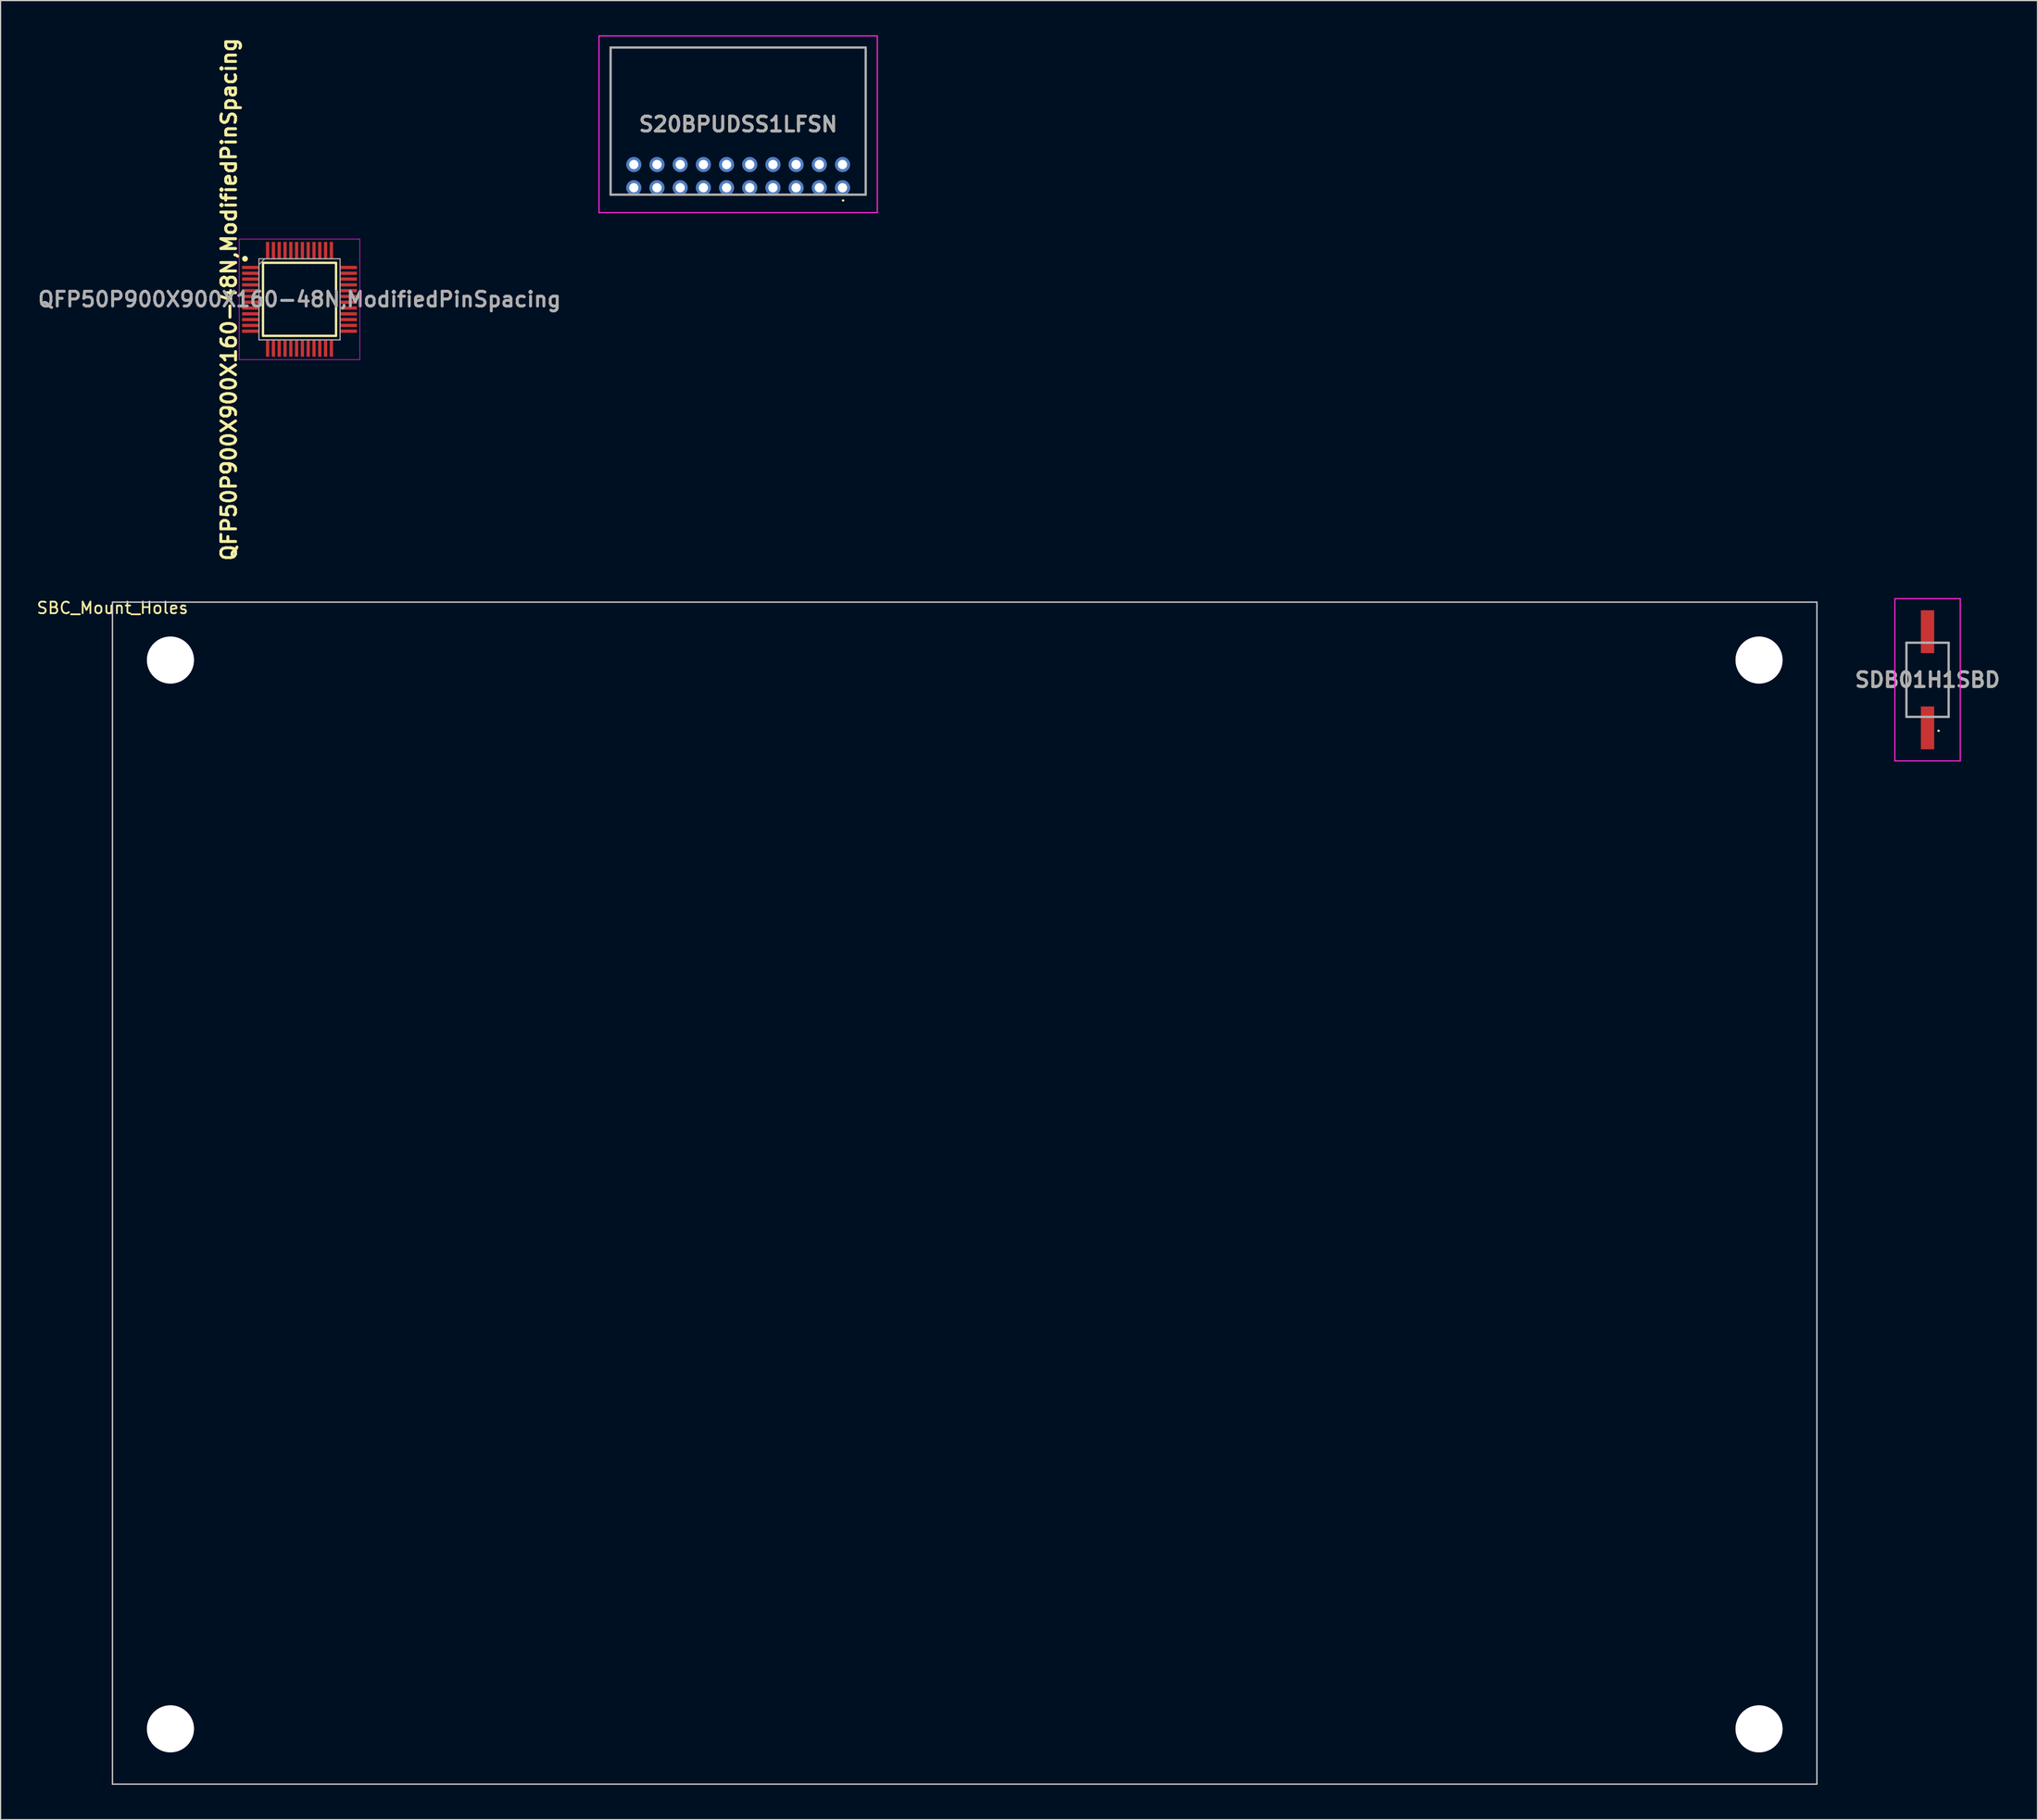
<source format=kicad_pcb>
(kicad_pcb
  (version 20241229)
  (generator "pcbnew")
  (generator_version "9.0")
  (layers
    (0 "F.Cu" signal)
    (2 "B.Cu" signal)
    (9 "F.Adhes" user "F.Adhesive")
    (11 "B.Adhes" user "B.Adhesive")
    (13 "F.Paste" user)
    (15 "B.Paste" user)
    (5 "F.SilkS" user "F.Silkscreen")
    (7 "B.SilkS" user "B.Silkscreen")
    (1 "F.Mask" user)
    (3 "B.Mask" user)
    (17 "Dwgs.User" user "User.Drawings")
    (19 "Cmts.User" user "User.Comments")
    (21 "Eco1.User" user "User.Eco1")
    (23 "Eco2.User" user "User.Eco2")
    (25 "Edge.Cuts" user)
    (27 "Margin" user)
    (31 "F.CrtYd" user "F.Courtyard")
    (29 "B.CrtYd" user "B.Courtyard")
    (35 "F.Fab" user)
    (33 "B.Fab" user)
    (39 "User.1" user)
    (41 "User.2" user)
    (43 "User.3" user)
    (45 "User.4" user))
  (footprint "SDB01H1SBD"
    (layer "F.Cu")
    (at 163.192 55.613)
    (property "Reference" "SDB01H1SBD" (at 0 0 0) (layer "F.SilkS") (effects (font (size 1.27 1.27) (thickness 0.254))))
    (attr smd)
    (fp_line (start -1.82 -3.2) (end -1.82 3.2) (stroke (width 0.1) (type solid)) (layer "F.SilkS"))
    (fp_line (start -1.82 3.2) (end -1 3.2) (stroke (width 0.1) (type solid)) (layer "F.SilkS"))
    (fp_line (start -1 -3.2) (end -1.82 -3.2) (stroke (width 0.1) (type solid)) (layer "F.SilkS"))
    (fp_line (start 0.9 4.4) (end 0.9 4.4) (stroke (width 0.1) (type solid)) (layer "F.SilkS"))
    (fp_line (start 1 -3.2) (end 1.82 -3.2) (stroke (width 0.1) (type solid)) (layer "F.SilkS"))
    (fp_line (start 1 4.4) (end 1 4.4) (stroke (width 0.1) (type solid)) (layer "F.SilkS"))
    (fp_line (start 1.82 -3.2) (end 1.82 3.2) (stroke (width 0.1) (type solid)) (layer "F.SilkS"))
    (fp_line (start 1.82 3.2) (end 1 3.2) (stroke (width 0.1) (type solid)) (layer "F.SilkS"))
    (fp_arc (start 0.9 4.4) (mid 0.95 4.35) (end 1 4.4) (stroke (width 0.1) (type solid)) (layer "F.SilkS"))
    (fp_arc (start 1 4.4) (mid 0.95 4.45) (end 0.9 4.4) (stroke (width 0.1) (type solid)) (layer "F.SilkS"))
    (fp_line (start -2.82 -7) (end 2.82 -7) (stroke (width 0.1) (type solid)) (layer "F.CrtYd"))
    (fp_line (start -2.82 7) (end -2.82 -7) (stroke (width 0.1) (type solid)) (layer "F.CrtYd"))
    (fp_line (start 2.82 -7) (end 2.82 7) (stroke (width 0.1) (type solid)) (layer "F.CrtYd"))
    (fp_line (start 2.82 7) (end -2.82 7) (stroke (width 0.1) (type solid)) (layer "F.CrtYd"))
    (fp_line (start -1.82 -3.2) (end 1.82 -3.2) (stroke (width 0.2) (type solid)) (layer "F.Fab"))
    (fp_line (start -1.82 3.2) (end -1.82 -3.2) (stroke (width 0.2) (type solid)) (layer "F.Fab"))
    (fp_line (start 1.82 -3.2) (end 1.82 3.2) (stroke (width 0.2) (type solid)) (layer "F.Fab"))
    (fp_line (start 1.82 3.2) (end -1.82 3.2) (stroke (width 0.2) (type solid)) (layer "F.Fab"))
    (fp_text user "${REFERENCE}" (at 0 0 0) (layer "F.Fab") (effects (font (size 1.27 1.27) (thickness 0.254))))
    (pad "1" smd rect (at 0 4.15) (size 1.15 3.7) (layers "F.Cu" "F.Mask" "F.Paste"))
    (pad "2" smd rect (at 0 -4.15) (size 1.15 3.7) (layers "F.Cu" "F.Mask" "F.Paste")))
  (footprint "QFP50P900X900X160-48N,ModifiedPinSpacing"
    (layer "F.Cu")
    (at 22.781 22.781)
    (property "Reference" "QFP50P900X900X160-48N,ModifiedPinSpacing" (at -6.09 0 270) (layer "F.SilkS") (effects (font (size 1.27 1.27) (thickness 0.254))))
    (attr smd)
    (fp_line (start -3.15 -3.15) (end 3.15 -3.15) (stroke (width 0.2) (type solid)) (layer "F.SilkS"))
    (fp_line (start -3.15 3.15) (end -3.15 -3.15) (stroke (width 0.2) (type solid)) (layer "F.SilkS"))
    (fp_line (start 3.15 -3.15) (end 3.15 3.15) (stroke (width 0.2) (type solid)) (layer "F.SilkS"))
    (fp_line (start 3.15 3.15) (end -3.15 3.15) (stroke (width 0.2) (type solid)) (layer "F.SilkS"))
    (fp_circle (center -4.7 -3.5) (end -4.7 -3.375) (stroke (width 0.25) (type solid)) (fill no) (layer "F.SilkS"))
    (fp_line (start -5.2 -5.2) (end 5.2 -5.2) (stroke (width 0.05) (type solid)) (layer "F.CrtYd"))
    (fp_line (start -5.2 5.2) (end -5.2 -5.2) (stroke (width 0.05) (type solid)) (layer "F.CrtYd"))
    (fp_line (start 5.2 -5.2) (end 5.2 5.2) (stroke (width 0.05) (type solid)) (layer "F.CrtYd"))
    (fp_line (start 5.2 5.2) (end -5.2 5.2) (stroke (width 0.05) (type solid)) (layer "F.CrtYd"))
    (fp_line (start -3.5 -3.5) (end 3.5 -3.5) (stroke (width 0.1) (type solid)) (layer "F.Fab"))
    (fp_line (start -3.5 -3) (end -3 -3.5) (stroke (width 0.1) (type solid)) (layer "F.Fab"))
    (fp_line (start -3.5 3.5) (end -3.5 -3.5) (stroke (width 0.1) (type solid)) (layer "F.Fab"))
    (fp_line (start 3.5 -3.5) (end 3.5 3.5) (stroke (width 0.1) (type solid)) (layer "F.Fab"))
    (fp_line (start 3.5 3.5) (end -3.5 3.5) (stroke (width 0.1) (type solid)) (layer "F.Fab"))
    (fp_text user "${REFERENCE}" (at 0 0 0) (layer "F.Fab") (effects (font (size 1.27 1.27) (thickness 0.254))))
    (pad "1" smd rect (at -4.225 -2.75 90) (size 0.28 1.45) (layers "F.Cu" "F.Mask" "F.Paste"))
    (pad "2" smd rect (at -4.225 -2.25 90) (size 0.28 1.45) (layers "F.Cu" "F.Mask" "F.Paste"))
    (pad "3" smd rect (at -4.225 -1.75 90) (size 0.28 1.45) (layers "F.Cu" "F.Mask" "F.Paste"))
    (pad "4" smd rect (at -4.225 -1.25 90) (size 0.28 1.45) (layers "F.Cu" "F.Mask" "F.Paste"))
    (pad "5" smd rect (at -4.225 -0.75 90) (size 0.28 1.45) (layers "F.Cu" "F.Mask" "F.Paste"))
    (pad "6" smd rect (at -4.225 -0.25 90) (size 0.28 1.45) (layers "F.Cu" "F.Mask" "F.Paste"))
    (pad "7" smd rect (at -4.225 0.25 90) (size 0.28 1.45) (layers "F.Cu" "F.Mask" "F.Paste"))
    (pad "8" smd rect (at -4.225 0.75 90) (size 0.28 1.45) (layers "F.Cu" "F.Mask" "F.Paste"))
    (pad "9" smd rect (at -4.225 1.25 90) (size 0.28 1.45) (layers "F.Cu" "F.Mask" "F.Paste"))
    (pad "10" smd rect (at -4.225 1.75 90) (size 0.28 1.45) (layers "F.Cu" "F.Mask" "F.Paste"))
    (pad "11" smd rect (at -4.225 2.25 90) (size 0.28 1.45) (layers "F.Cu" "F.Mask" "F.Paste"))
    (pad "12" smd rect (at -4.225 2.75 90) (size 0.28 1.45) (layers "F.Cu" "F.Mask" "F.Paste"))
    (pad "13" smd rect (at -2.75 4.225) (size 0.28 1.45) (layers "F.Cu" "F.Mask" "F.Paste"))
    (pad "14" smd rect (at -2.25 4.225) (size 0.28 1.45) (layers "F.Cu" "F.Mask" "F.Paste"))
    (pad "15" smd rect (at -1.75 4.225) (size 0.28 1.45) (layers "F.Cu" "F.Mask" "F.Paste"))
    (pad "16" smd rect (at -1.25 4.225) (size 0.28 1.45) (layers "F.Cu" "F.Mask" "F.Paste"))
    (pad "17" smd rect (at -0.75 4.225) (size 0.28 1.45) (layers "F.Cu" "F.Mask" "F.Paste"))
    (pad "18" smd rect (at -0.25 4.225) (size 0.28 1.45) (layers "F.Cu" "F.Mask" "F.Paste"))
    (pad "19" smd rect (at 0.25 4.225) (size 0.28 1.45) (layers "F.Cu" "F.Mask" "F.Paste"))
    (pad "20" smd rect (at 0.75 4.225) (size 0.28 1.45) (layers "F.Cu" "F.Mask" "F.Paste"))
    (pad "21" smd rect (at 1.25 4.225) (size 0.28 1.45) (layers "F.Cu" "F.Mask" "F.Paste"))
    (pad "22" smd rect (at 1.75 4.225) (size 0.28 1.45) (layers "F.Cu" "F.Mask" "F.Paste"))
    (pad "23" smd rect (at 2.25 4.225) (size 0.28 1.45) (layers "F.Cu" "F.Mask" "F.Paste"))
    (pad "24" smd rect (at 2.75 4.225) (size 0.28 1.45) (layers "F.Cu" "F.Mask" "F.Paste"))
    (pad "25" smd rect (at 4.225 2.75 90) (size 0.28 1.45) (layers "F.Cu" "F.Mask" "F.Paste"))
    (pad "26" smd rect (at 4.225 2.25 90) (size 0.28 1.45) (layers "F.Cu" "F.Mask" "F.Paste"))
    (pad "27" smd rect (at 4.225 1.75 90) (size 0.28 1.45) (layers "F.Cu" "F.Mask" "F.Paste"))
    (pad "28" smd rect (at 4.225 1.25 90) (size 0.28 1.45) (layers "F.Cu" "F.Mask" "F.Paste"))
    (pad "29" smd rect (at 4.225 0.75 90) (size 0.28 1.45) (layers "F.Cu" "F.Mask" "F.Paste"))
    (pad "30" smd rect (at 4.225 0.25 90) (size 0.28 1.45) (layers "F.Cu" "F.Mask" "F.Paste"))
    (pad "31" smd rect (at 4.225 -0.25 90) (size 0.28 1.45) (layers "F.Cu" "F.Mask" "F.Paste"))
    (pad "32" smd rect (at 4.225 -0.75 90) (size 0.28 1.45) (layers "F.Cu" "F.Mask" "F.Paste"))
    (pad "33" smd rect (at 4.225 -1.25 90) (size 0.28 1.45) (layers "F.Cu" "F.Mask" "F.Paste"))
    (pad "34" smd rect (at 4.225 -1.75 90) (size 0.28 1.45) (layers "F.Cu" "F.Mask" "F.Paste"))
    (pad "35" smd rect (at 4.225 -2.25 90) (size 0.28 1.45) (layers "F.Cu" "F.Mask" "F.Paste"))
    (pad "36" smd rect (at 4.225 -2.75 90) (size 0.28 1.45) (layers "F.Cu" "F.Mask" "F.Paste"))
    (pad "37" smd rect (at 2.75 -4.225) (size 0.28 1.45) (layers "F.Cu" "F.Mask" "F.Paste"))
    (pad "38" smd rect (at 2.25 -4.225) (size 0.28 1.45) (layers "F.Cu" "F.Mask" "F.Paste"))
    (pad "39" smd rect (at 1.75 -4.225) (size 0.28 1.45) (layers "F.Cu" "F.Mask" "F.Paste"))
    (pad "40" smd rect (at 1.25 -4.225) (size 0.28 1.45) (layers "F.Cu" "F.Mask" "F.Paste"))
    (pad "41" smd rect (at 0.75 -4.225) (size 0.28 1.45) (layers "F.Cu" "F.Mask" "F.Paste"))
    (pad "42" smd rect (at 0.25 -4.225) (size 0.28 1.45) (layers "F.Cu" "F.Mask" "F.Paste"))
    (pad "43" smd rect (at -0.25 -4.225) (size 0.28 1.45) (layers "F.Cu" "F.Mask" "F.Paste"))
    (pad "44" smd rect (at -0.75 -4.225) (size 0.28 1.45) (layers "F.Cu" "F.Mask" "F.Paste"))
    (pad "45" smd rect (at -1.25 -4.225) (size 0.28 1.45) (layers "F.Cu" "F.Mask" "F.Paste"))
    (pad "46" smd rect (at -1.75 -4.225) (size 0.28 1.45) (layers "F.Cu" "F.Mask" "F.Paste"))
    (pad "47" smd rect (at -2.25 -4.225) (size 0.28 1.45) (layers "F.Cu" "F.Mask" "F.Paste"))
    (pad "48" smd rect (at -2.75 -4.225) (size 0.28 1.45) (layers "F.Cu" "F.Mask" "F.Paste")))
  (footprint "S20BPUDSS1LFSN"
    (layer "F.Cu")
    (at 69.613 13.15)
    (property "Reference" "S20BPUDSS1LFSN" (at -9 -5.475 0) (layer "F.SilkS") (effects (font (size 1.27 1.27) (thickness 0.254))))
    (attr through_hole)
    (fp_line (start -20 -12.1) (end -1.7 -12.1) (stroke (width 0.1) (type solid)) (layer "F.SilkS"))
    (fp_line (start -20 -10.9) (end -20 -12.1) (stroke (width 0.1) (type solid)) (layer "F.SilkS"))
    (fp_line (start -20 -8.5) (end -20 0.6) (stroke (width 0.1) (type solid)) (layer "F.SilkS"))
    (fp_line (start -20 0.6) (end -18.9 0.6) (stroke (width 0.1) (type solid)) (layer "F.SilkS"))
    (fp_line (start -1.7 -12.1) (end 2 -12.1) (stroke (width 0.1) (type solid)) (layer "F.SilkS"))
    (fp_line (start 0 1.1) (end 0 1.1) (stroke (width 0.1) (type solid)) (layer "F.SilkS"))
    (fp_line (start 0.1 1.1) (end 0.1 1.1) (stroke (width 0.1) (type solid)) (layer "F.SilkS"))
    (fp_line (start 2 -12.1) (end 2 -10.9) (stroke (width 0.1) (type solid)) (layer "F.SilkS"))
    (fp_line (start 2 -8.5) (end 2 0.6) (stroke (width 0.1) (type solid)) (layer "F.SilkS"))
    (fp_line (start 2 0.6) (end 0.9 0.6) (stroke (width 0.1) (type solid)) (layer "F.SilkS"))
    (fp_arc (start 0 1.1) (mid 0.05 1.05) (end 0.1 1.1) (stroke (width 0.1) (type solid)) (layer "F.SilkS"))
    (fp_arc (start 0.1 1.1) (mid 0.05 1.15) (end 0 1.1) (stroke (width 0.1) (type solid)) (layer "F.SilkS"))
    (fp_line (start -21 -13.1) (end 3 -13.1) (stroke (width 0.1) (type solid)) (layer "F.CrtYd"))
    (fp_line (start -21 2.15) (end -21 -13.1) (stroke (width 0.1) (type solid)) (layer "F.CrtYd"))
    (fp_line (start 3 -13.1) (end 3 2.15) (stroke (width 0.1) (type solid)) (layer "F.CrtYd"))
    (fp_line (start 3 2.15) (end -21 2.15) (stroke (width 0.1) (type solid)) (layer "F.CrtYd"))
    (fp_line (start -20 -12.1) (end 2 -12.1) (stroke (width 0.2) (type solid)) (layer "F.Fab"))
    (fp_line (start -20 0.6) (end -20 -12.1) (stroke (width 0.2) (type solid)) (layer "F.Fab"))
    (fp_line (start 2 -12.1) (end 2 0.6) (stroke (width 0.2) (type solid)) (layer "F.Fab"))
    (fp_line (start 2 0.6) (end -20 0.6) (stroke (width 0.2) (type solid)) (layer "F.Fab"))
    (fp_text user "${REFERENCE}" (at -9 -5.475 0) (layer "F.Fab") (effects (font (size 1.27 1.27) (thickness 0.254))))
    (pad "" np_thru_hole circle (at -18.9 -9.7) (size 0.001 0.001) (drill 1.7) (layers "*.Cu" "*.Mask"))
    (pad "" np_thru_hole circle (at 0.9 -9.7) (size 0.001 0.001) (drill 1.7) (layers "*.Cu" "*.Mask"))
    (pad "1" thru_hole circle (at 0 0) (size 1.3 1.3) (drill 0.8) (layers "*.Cu" "*.Mask"))
    (pad "2" thru_hole circle (at 0 -2) (size 1.3 1.3) (drill 0.8) (layers "*.Cu" "*.Mask"))
    (pad "3" thru_hole circle (at -2 0) (size 1.3 1.3) (drill 0.8) (layers "*.Cu" "*.Mask"))
    (pad "4" thru_hole circle (at -2 -2) (size 1.3 1.3) (drill 0.8) (layers "*.Cu" "*.Mask"))
    (pad "5" thru_hole circle (at -4 0) (size 1.3 1.3) (drill 0.8) (layers "*.Cu" "*.Mask"))
    (pad "6" thru_hole circle (at -4 -2) (size 1.3 1.3) (drill 0.8) (layers "*.Cu" "*.Mask"))
    (pad "7" thru_hole circle (at -6 0) (size 1.3 1.3) (drill 0.8) (layers "*.Cu" "*.Mask"))
    (pad "8" thru_hole circle (at -6 -2) (size 1.3 1.3) (drill 0.8) (layers "*.Cu" "*.Mask"))
    (pad "9" thru_hole circle (at -8 0) (size 1.3 1.3) (drill 0.8) (layers "*.Cu" "*.Mask"))
    (pad "10" thru_hole circle (at -8 -2) (size 1.3 1.3) (drill 0.8) (layers "*.Cu" "*.Mask"))
    (pad "11" thru_hole circle (at -10 0) (size 1.3 1.3) (drill 0.8) (layers "*.Cu" "*.Mask"))
    (pad "12" thru_hole circle (at -10 -2) (size 1.3 1.3) (drill 0.8) (layers "*.Cu" "*.Mask"))
    (pad "13" thru_hole circle (at -12 0) (size 1.3 1.3) (drill 0.8) (layers "*.Cu" "*.Mask"))
    (pad "14" thru_hole circle (at -12 -2) (size 1.3 1.3) (drill 0.8) (layers "*.Cu" "*.Mask"))
    (pad "15" thru_hole circle (at -14 0) (size 1.3 1.3) (drill 0.8) (layers "*.Cu" "*.Mask"))
    (pad "16" thru_hole circle (at -14 -2) (size 1.3 1.3) (drill 0.8) (layers "*.Cu" "*.Mask"))
    (pad "17" thru_hole circle (at -16 0) (size 1.3 1.3) (drill 0.8) (layers "*.Cu" "*.Mask"))
    (pad "18" thru_hole circle (at -16 -2) (size 1.3 1.3) (drill 0.8) (layers "*.Cu" "*.Mask"))
    (pad "19" thru_hole circle (at -18 0) (size 1.3 1.3) (drill 0.8) (layers "*.Cu" "*.Mask"))
    (pad "20" thru_hole circle (at -18 -2) (size 1.3 1.3) (drill 0.8) (layers "*.Cu" "*.Mask")))
  (footprint "SBC_Mount_Holes"
    (layer "F.Cu")
    (at 6.649 48.911)
    (property "Reference" "SBC_Mount_Holes" (at 0 0.5 0) (layer "F.SilkS") (effects (font (size 1 1) (thickness 0.15))))
    (attr through_hole)
    (fp_line (start 0 0) (end 0 102) (stroke (width 0.12) (type solid)) (layer "Dwgs.User"))
    (fp_line (start 0 102) (end 147 102) (stroke (width 0.12) (type solid)) (layer "Dwgs.User"))
    (fp_line (start 147 0) (end 0 0) (stroke (width 0.12) (type solid)) (layer "Dwgs.User"))
    (fp_line (start 147 102) (end 147 0) (stroke (width 0.12) (type solid)) (layer "Dwgs.User"))
    (pad "1" thru_hole circle (at 5 5) (size 4.06 4.06) (drill 4.06) (layers "*.Cu" "*.Mask"))
    (pad "1" thru_hole circle (at 5 97.23) (size 4.06 4.06) (drill 4.06) (layers "*.Cu" "*.Mask"))
    (pad "1" thru_hole circle (at 142.01 5) (size 4.06 4.06) (drill 4.06) (layers "*.Cu" "*.Mask"))
    (pad "1" thru_hole circle (at 142.01 97.23) (size 4.06 4.06) (drill 4.06) (layers "*.Cu" "*.Mask")))
  (gr_rect
    (start -3 -3)
    (end 172.675 153.971)
    (stroke (width 0.1) (type default))
    (fill no)
    (layer "Edge.Cuts")))
</source>
